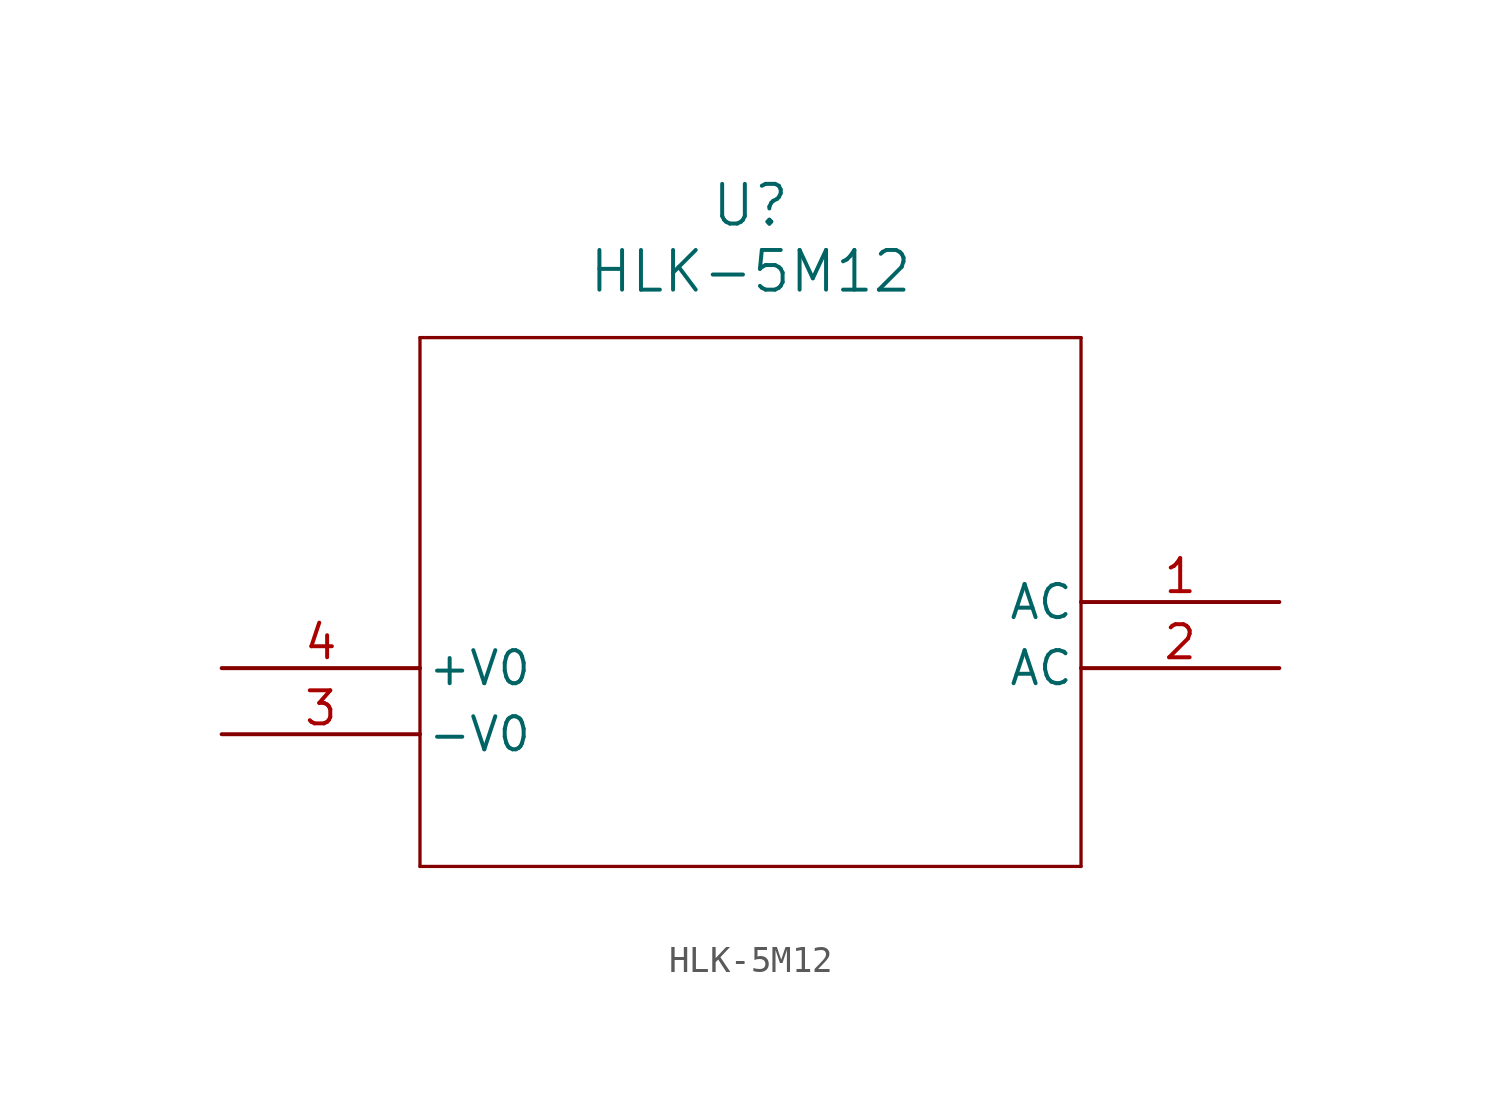
<source format=kicad_sym>
(kicad_symbol_lib
  (version 20211014)
  (generator kicad_symbol_editor)
  (symbol "HLK-5M12"
    (pin_names
      (offset 0.254))
    (property "Reference" "U"
      (at 20.32 17.78 0)
      (effects (font (size 1.524 1.524))))
    (property "Value" "HLK-5M12"
      (at 20.32 15.24 0)
      (effects (font (size 1.524 1.524))))
    (symbol "HLK-5M12_0_1"
      (polyline (pts (xy 7.62 12.7) (xy 7.62 -7.62)) (stroke (width 0.127) (type default) (color 0 0 0 0)) (fill (type none)))
      (polyline (pts (xy 7.62 -7.62) (xy 33.02 -7.62)) (stroke (width 0.127) (type default) (color 0 0 0 0)) (fill (type none)))
      (polyline (pts (xy 33.02 -7.62) (xy 33.02 12.7)) (stroke (width 0.127) (type default) (color 0 0 0 0)) (fill (type none)))
      (polyline (pts (xy 33.02 12.7) (xy 7.62 12.7)) (stroke (width 0.127) (type default) (color 0 0 0 0)) (fill (type none)))
      (pin unspecified line (at 40.64 2.54 180) (length 7.62) (name "AC" (effects (font (size 1.27 1.27)))) (number "1" (effects (font (size 1.27 1.27)))))
      (pin unspecified line (at 40.64 0 180) (length 7.62) (name "AC" (effects (font (size 1.27 1.27)))) (number "2" (effects (font (size 1.27 1.27)))))
      (pin unspecified line (at 0 -2.54 0) (length 7.62) (name "-V0" (effects (font (size 1.27 1.27)))) (number "3" (effects (font (size 1.27 1.27)))))
      (pin unspecified line (at 0 0 0) (length 7.62) (name "+V0" (effects (font (size 1.27 1.27)))) (number "4" (effects (font (size 1.27 1.27))))))))
</source>
